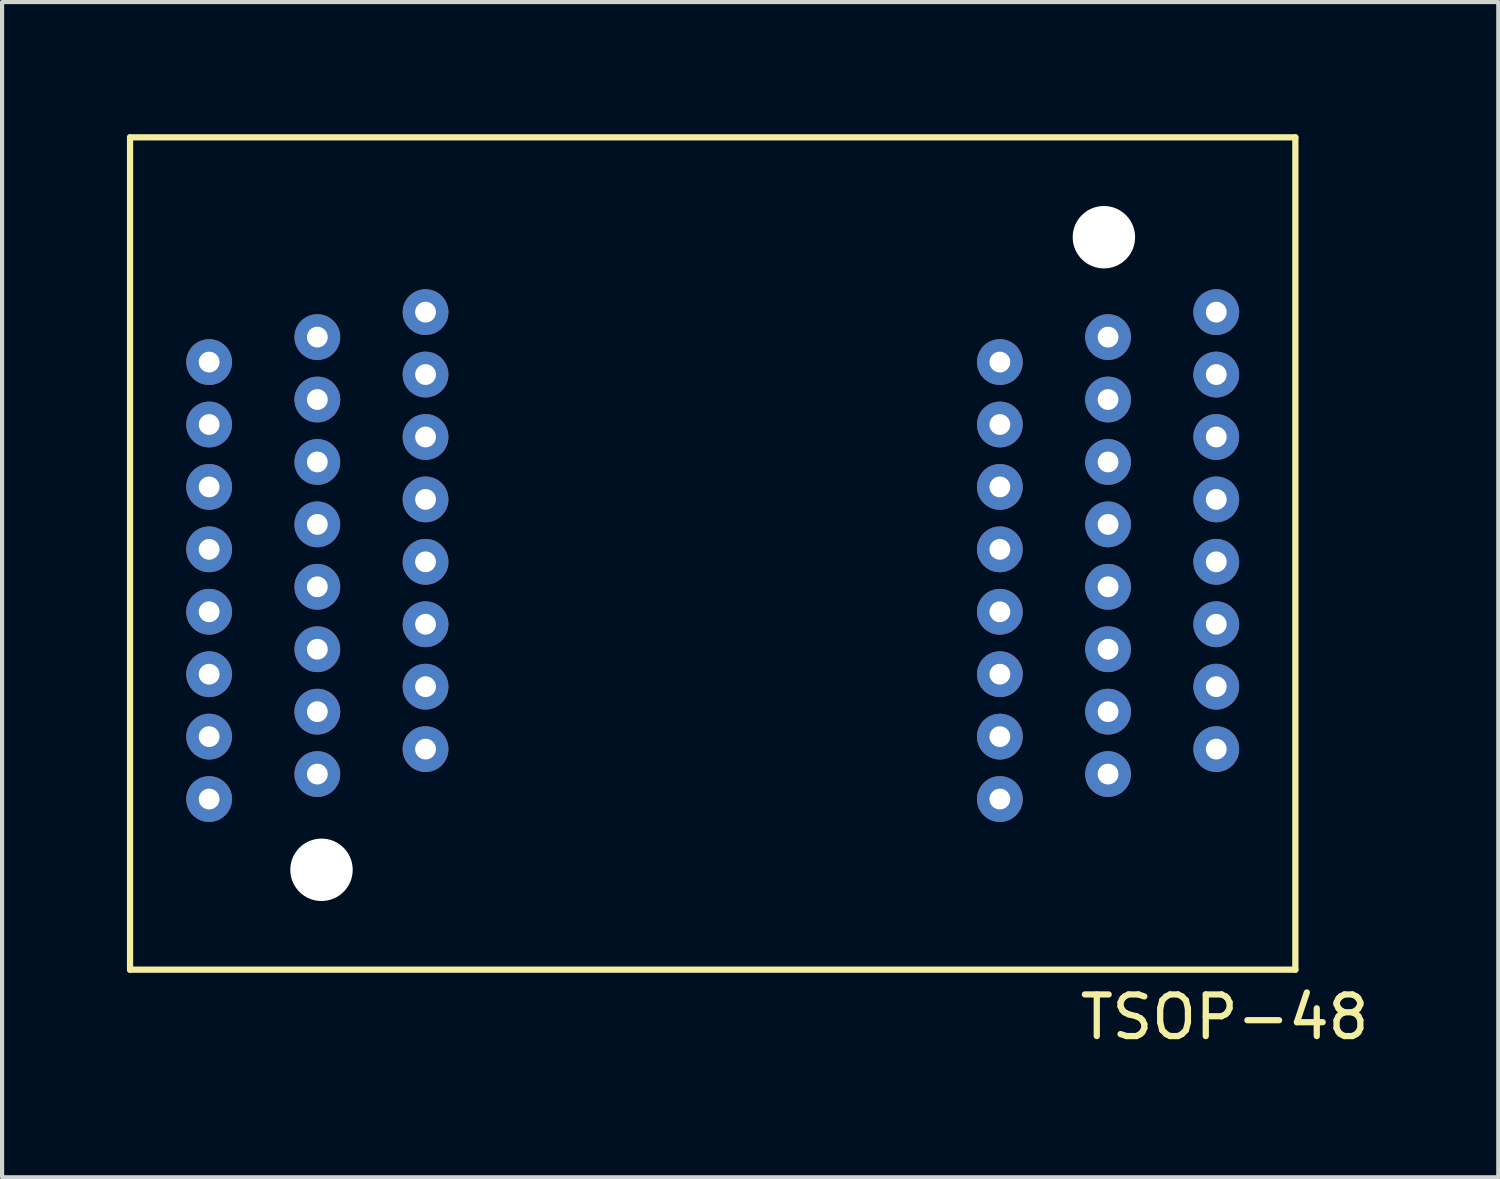
<source format=kicad_pcb>
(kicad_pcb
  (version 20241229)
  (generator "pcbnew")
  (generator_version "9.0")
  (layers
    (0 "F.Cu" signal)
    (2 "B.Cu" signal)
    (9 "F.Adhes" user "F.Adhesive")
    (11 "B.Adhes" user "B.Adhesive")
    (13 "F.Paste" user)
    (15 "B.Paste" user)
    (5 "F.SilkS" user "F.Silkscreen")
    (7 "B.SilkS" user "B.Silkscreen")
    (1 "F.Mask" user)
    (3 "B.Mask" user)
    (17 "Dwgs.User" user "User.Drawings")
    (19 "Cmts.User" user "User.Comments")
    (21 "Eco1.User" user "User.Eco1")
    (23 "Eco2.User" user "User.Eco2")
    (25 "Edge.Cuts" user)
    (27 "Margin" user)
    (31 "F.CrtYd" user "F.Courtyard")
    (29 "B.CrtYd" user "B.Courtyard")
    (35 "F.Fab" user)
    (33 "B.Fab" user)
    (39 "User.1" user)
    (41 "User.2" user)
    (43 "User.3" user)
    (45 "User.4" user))
  (footprint "TSOP-48"
    (layer "F.Cu")
    (at 28.075 0.25)
    (property "Reference" "TSOP-48" (at -1.7 21.14 0) (layer "F.SilkS") (effects (font (size 1 1) (thickness 0.15))))
    (attr through_hole)
    (fp_line (start -28 0) (end 0 0) (stroke (width 0.15) (type solid)) (layer "F.SilkS"))
    (fp_line (start -28 20) (end -28 0) (stroke (width 0.15) (type solid)) (layer "F.SilkS"))
    (fp_line (start 0 0) (end 0 20) (stroke (width 0.15) (type solid)) (layer "F.SilkS"))
    (fp_line (start 0 20) (end -28 20) (stroke (width 0.15) (type solid)) (layer "F.SilkS"))
    (pad "" np_thru_hole circle (at -23.4 17.6) (size 1.5 1.5) (drill 1.5) (layers "*.Cu" "*.Mask"))
    (pad "" np_thru_hole circle (at -4.6 2.4) (size 1.5 1.5) (drill 1.5) (layers "*.Cu" "*.Mask"))
    (pad "1" thru_hole circle (at -20.9 4.2) (size 1.1 1.1) (drill 0.5) (layers "*.Cu" "*.Mask"))
    (pad "2" thru_hole circle (at -23.5 4.8) (size 1.1 1.1) (drill 0.5) (layers "*.Cu" "*.Mask"))
    (pad "3" thru_hole circle (at -26.1 5.4) (size 1.1 1.1) (drill 0.5) (layers "*.Cu" "*.Mask"))
    (pad "4" thru_hole circle (at -20.9 5.7) (size 1.1 1.1) (drill 0.5) (layers "*.Cu" "*.Mask"))
    (pad "5" thru_hole circle (at -23.5 6.3) (size 1.1 1.1) (drill 0.5) (layers "*.Cu" "*.Mask"))
    (pad "6" thru_hole circle (at -26.1 6.9) (size 1.1 1.1) (drill 0.5) (layers "*.Cu" "*.Mask"))
    (pad "7" thru_hole circle (at -20.9 7.2) (size 1.1 1.1) (drill 0.5) (layers "*.Cu" "*.Mask"))
    (pad "8" thru_hole circle (at -23.5 7.8) (size 1.1 1.1) (drill 0.5) (layers "*.Cu" "*.Mask"))
    (pad "9" thru_hole circle (at -26.1 8.4) (size 1.1 1.1) (drill 0.5) (layers "*.Cu" "*.Mask"))
    (pad "10" thru_hole circle (at -20.9 8.7) (size 1.1 1.1) (drill 0.5) (layers "*.Cu" "*.Mask"))
    (pad "11" thru_hole circle (at -23.5 9.3) (size 1.1 1.1) (drill 0.5) (layers "*.Cu" "*.Mask"))
    (pad "12" thru_hole circle (at -26.1 9.9) (size 1.1 1.1) (drill 0.5) (layers "*.Cu" "*.Mask"))
    (pad "13" thru_hole circle (at -20.9 10.2) (size 1.1 1.1) (drill 0.5) (layers "*.Cu" "*.Mask"))
    (pad "14" thru_hole circle (at -23.5 10.8) (size 1.1 1.1) (drill 0.5) (layers "*.Cu" "*.Mask"))
    (pad "15" thru_hole circle (at -26.1 11.4) (size 1.1 1.1) (drill 0.5) (layers "*.Cu" "*.Mask"))
    (pad "16" thru_hole circle (at -20.9 11.7) (size 1.1 1.1) (drill 0.5) (layers "*.Cu" "*.Mask"))
    (pad "17" thru_hole circle (at -23.5 12.3) (size 1.1 1.1) (drill 0.5) (layers "*.Cu" "*.Mask"))
    (pad "18" thru_hole circle (at -26.1 12.9) (size 1.1 1.1) (drill 0.5) (layers "*.Cu" "*.Mask"))
    (pad "19" thru_hole circle (at -20.9 13.2) (size 1.1 1.1) (drill 0.5) (layers "*.Cu" "*.Mask"))
    (pad "20" thru_hole circle (at -23.5 13.8) (size 1.1 1.1) (drill 0.5) (layers "*.Cu" "*.Mask"))
    (pad "21" thru_hole circle (at -26.1 14.4) (size 1.1 1.1) (drill 0.5) (layers "*.Cu" "*.Mask"))
    (pad "22" thru_hole circle (at -20.9 14.7) (size 1.1 1.1) (drill 0.5) (layers "*.Cu" "*.Mask"))
    (pad "23" thru_hole circle (at -23.5 15.3) (size 1.1 1.1) (drill 0.5) (layers "*.Cu" "*.Mask"))
    (pad "24" thru_hole circle (at -26.1 15.9) (size 1.1 1.1) (drill 0.5) (layers "*.Cu" "*.Mask"))
    (pad "25" thru_hole circle (at -7.1 15.9) (size 1.1 1.1) (drill 0.5) (layers "*.Cu" "*.Mask"))
    (pad "26" thru_hole circle (at -4.5 15.3) (size 1.1 1.1) (drill 0.5) (layers "*.Cu" "*.Mask"))
    (pad "27" thru_hole circle (at -1.9 14.7) (size 1.1 1.1) (drill 0.5) (layers "*.Cu" "*.Mask"))
    (pad "28" thru_hole circle (at -7.1 14.4) (size 1.1 1.1) (drill 0.5) (layers "*.Cu" "*.Mask"))
    (pad "29" thru_hole circle (at -4.5 13.8) (size 1.1 1.1) (drill 0.5) (layers "*.Cu" "*.Mask"))
    (pad "30" thru_hole circle (at -1.9 13.2) (size 1.1 1.1) (drill 0.5) (layers "*.Cu" "*.Mask"))
    (pad "31" thru_hole circle (at -7.1 12.9) (size 1.1 1.1) (drill 0.5) (layers "*.Cu" "*.Mask"))
    (pad "32" thru_hole circle (at -4.5 12.3) (size 1.1 1.1) (drill 0.5) (layers "*.Cu" "*.Mask"))
    (pad "33" thru_hole circle (at -1.9 11.7) (size 1.1 1.1) (drill 0.5) (layers "*.Cu" "*.Mask"))
    (pad "34" thru_hole circle (at -7.1 11.4) (size 1.1 1.1) (drill 0.5) (layers "*.Cu" "*.Mask"))
    (pad "35" thru_hole circle (at -4.5 10.8) (size 1.1 1.1) (drill 0.5) (layers "*.Cu" "*.Mask"))
    (pad "36" thru_hole circle (at -1.9 10.2) (size 1.1 1.1) (drill 0.5) (layers "*.Cu" "*.Mask"))
    (pad "37" thru_hole circle (at -7.1 9.9) (size 1.1 1.1) (drill 0.5) (layers "*.Cu" "*.Mask"))
    (pad "38" thru_hole circle (at -4.5 9.3) (size 1.1 1.1) (drill 0.5) (layers "*.Cu" "*.Mask"))
    (pad "39" thru_hole circle (at -1.9 8.7) (size 1.1 1.1) (drill 0.5) (layers "*.Cu" "*.Mask"))
    (pad "40" thru_hole circle (at -7.1 8.4) (size 1.1 1.1) (drill 0.5) (layers "*.Cu" "*.Mask"))
    (pad "41" thru_hole circle (at -4.5 7.8) (size 1.1 1.1) (drill 0.5) (layers "*.Cu" "*.Mask"))
    (pad "42" thru_hole circle (at -1.9 7.2) (size 1.1 1.1) (drill 0.5) (layers "*.Cu" "*.Mask"))
    (pad "43" thru_hole circle (at -7.1 6.9) (size 1.1 1.1) (drill 0.5) (layers "*.Cu" "*.Mask"))
    (pad "44" thru_hole circle (at -4.5 6.3) (size 1.1 1.1) (drill 0.5) (layers "*.Cu" "*.Mask"))
    (pad "45" thru_hole circle (at -1.9 5.7) (size 1.1 1.1) (drill 0.5) (layers "*.Cu" "*.Mask"))
    (pad "46" thru_hole circle (at -7.1 5.4) (size 1.1 1.1) (drill 0.5) (layers "*.Cu" "*.Mask"))
    (pad "47" thru_hole circle (at -4.5 4.8) (size 1.1 1.1) (drill 0.5) (layers "*.Cu" "*.Mask"))
    (pad "48" thru_hole circle (at -1.9 4.2) (size 1.1 1.1) (drill 0.5) (layers "*.Cu" "*.Mask")))
  (gr_rect
    (start -3 -3)
    (end 32.952 25.238)
    (stroke (width 0.1) (type default))
    (fill no)
    (layer "Edge.Cuts")))
</source>
